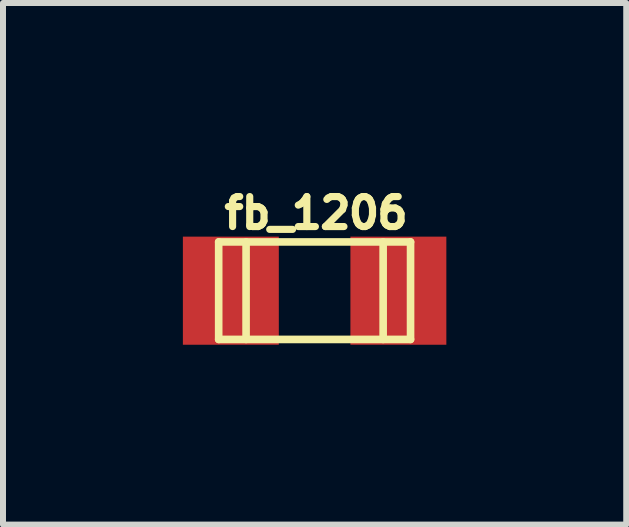
<source format=kicad_pcb>
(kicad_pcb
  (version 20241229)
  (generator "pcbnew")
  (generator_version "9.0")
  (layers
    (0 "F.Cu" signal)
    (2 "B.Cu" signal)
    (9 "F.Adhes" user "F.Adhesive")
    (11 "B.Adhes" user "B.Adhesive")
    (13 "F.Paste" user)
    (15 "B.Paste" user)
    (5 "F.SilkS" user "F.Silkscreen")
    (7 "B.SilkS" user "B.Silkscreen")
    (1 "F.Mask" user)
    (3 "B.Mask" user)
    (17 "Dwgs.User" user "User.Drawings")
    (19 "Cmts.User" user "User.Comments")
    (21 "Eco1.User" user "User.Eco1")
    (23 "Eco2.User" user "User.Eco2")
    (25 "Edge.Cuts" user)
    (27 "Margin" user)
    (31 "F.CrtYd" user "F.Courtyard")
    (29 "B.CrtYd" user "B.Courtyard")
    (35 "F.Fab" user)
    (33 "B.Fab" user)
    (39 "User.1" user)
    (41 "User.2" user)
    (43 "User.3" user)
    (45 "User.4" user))
  (footprint "fb_1206"
    (layer "F.Cu")
    (at 2.197 1.798)
    (property "Reference" "fb_1206" (at 0.025 -1.295 0) (layer "F.SilkS") (effects (font (size 0.5 0.5) (thickness 0.119))))
    (attr through_hole)
    (fp_line (start -1.6 -0.813) (end -1.6 0.813) (stroke (width 0.127) (type solid)) (layer "F.SilkS"))
    (fp_line (start -1.6 0.813) (end 1.6 0.813) (stroke (width 0.127) (type solid)) (layer "F.SilkS"))
    (fp_line (start -1.143 -0.813) (end -1.143 0.813) (stroke (width 0.127) (type solid)) (layer "F.SilkS"))
    (fp_line (start 1.143 0.813) (end 1.143 -0.813) (stroke (width 0.127) (type solid)) (layer "F.SilkS"))
    (fp_line (start 1.6 -0.813) (end -1.6 -0.813) (stroke (width 0.127) (type solid)) (layer "F.SilkS"))
    (fp_line (start 1.6 0.813) (end 1.6 -0.813) (stroke (width 0.127) (type solid)) (layer "F.SilkS"))
    (pad "1" smd rect (at 1.397 0) (size 1.6 1.803) (layers "F.Cu" "F.Mask" "F.Paste"))
    (pad "2" smd rect (at -1.397 0) (size 1.6 1.803) (layers "F.Cu" "F.Mask" "F.Paste")))
  (gr_rect
    (start -3 -3)
    (end 7.394 5.699)
    (stroke (width 0.1) (type default))
    (fill no)
    (layer "Edge.Cuts")))
</source>
